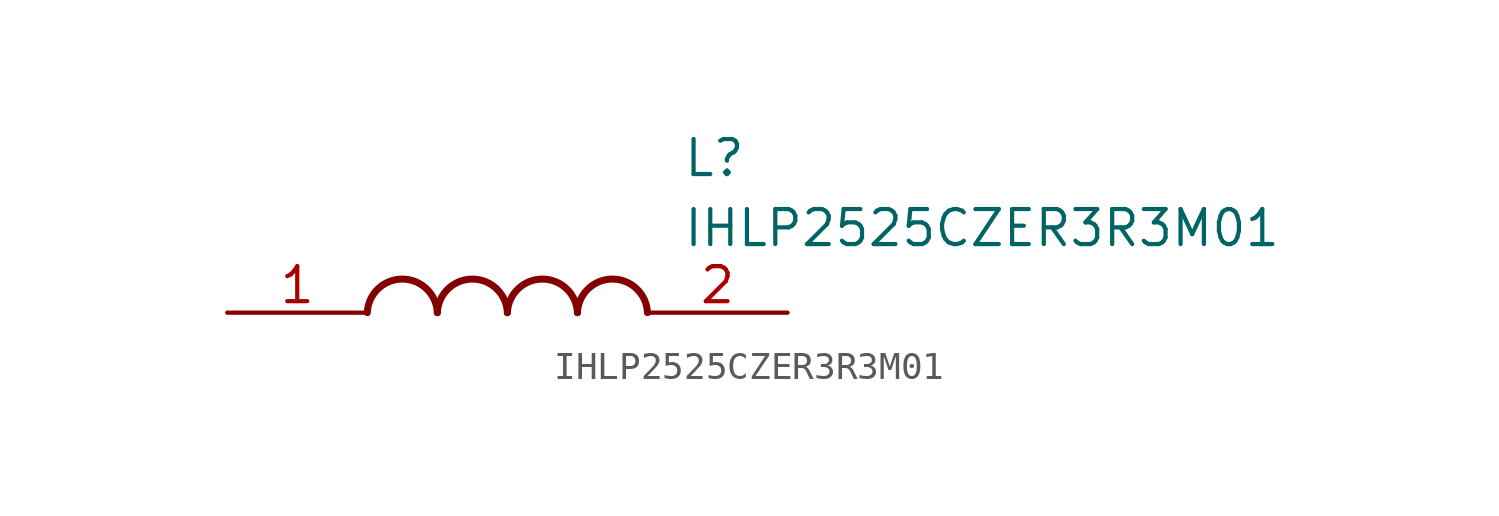
<source format=kicad_sym>
(kicad_symbol_lib
  (version 20211014)
  (generator SamacSys_ECAD_Model)
  (symbol "IHLP2525CZER3R3M01"
    (pin_names hide)
    (property "Reference" "L"
      (at 16.51 6.35 0)
      (effects (font (size 1.27 1.27)) (justify left top)))
    (property "Value" "IHLP2525CZER3R3M01"
      (at 16.51 3.81 0)
      (effects (font (size 1.27 1.27)) (justify left top)))
    (arc
      (start 7.62 0)
      (mid 6.35 1.219)
      (end 5.08 0)
      (stroke (width 0.254) (type default))
      (fill (type none)))
    (arc
      (start 10.16 0)
      (mid 8.89 1.219)
      (end 7.62 0)
      (stroke (width 0.254) (type default))
      (fill (type none)))
    (arc
      (start 12.7 0)
      (mid 11.43 1.219)
      (end 10.16 0)
      (stroke (width 0.254) (type default))
      (fill (type none)))
    (arc
      (start 15.24 0)
      (mid 13.97 1.219)
      (end 12.7 0)
      (stroke (width 0.254) (type default))
      (fill (type none)))
    (pin passive line
      (at 0 0 0)
      (length 5.08)
      (name "1" (effects (font (size 1.27 1.27))))
      (number "1" (effects (font (size 1.27 1.27)))))
    (pin passive line
      (at 20.32 0 180)
      (length 5.08)
      (name "2" (effects (font (size 1.27 1.27))))
      (number "2" (effects (font (size 1.27 1.27)))))))
</source>
